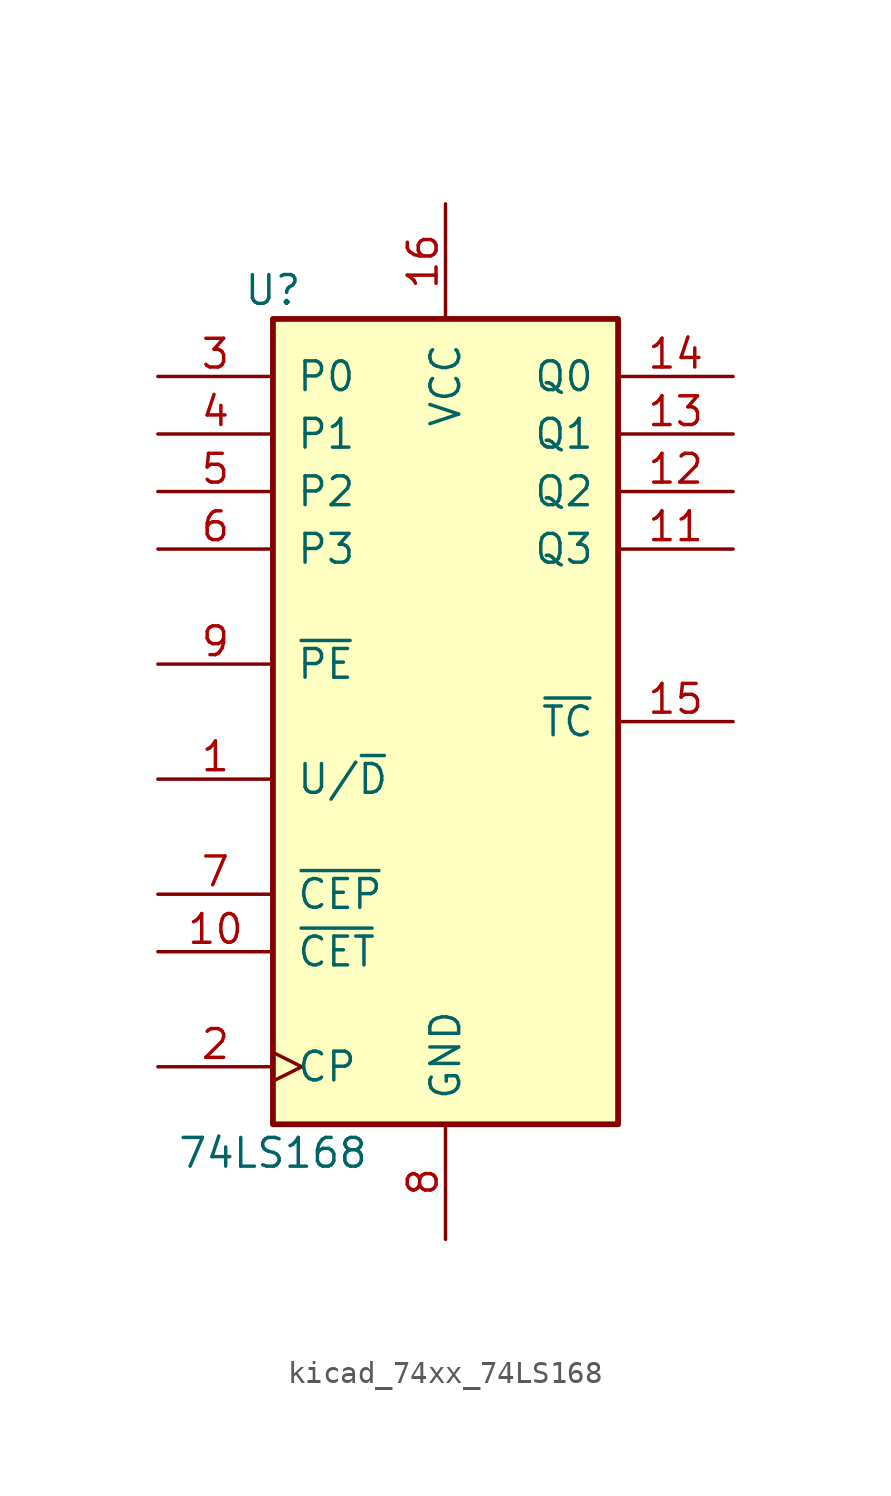
<source format=kicad_sym>
(kicad_symbol_lib
  (version 20220914)
  (generator kicad_symbol_editor)
  (symbol "kicad_74xx_74LS168"
    (pin_names
      (offset 1.016))
    (property "Reference" "U"
      (at -7.62 19.05 0)
      (effects (font (size 1.27 1.27))))
    (property "Value" "74LS168"
      (at -7.62 -19.05 0)
      (effects (font (size 1.27 1.27))))
    (property "ki_locked" ""
      (at 0 0 0)
      (effects (font (size 1.27 1.27))))
    (symbol "kicad_74xx_74LS168_1_0"
      (pin input line (at -12.7 -2.54 0) (length 5.08) (name "U/~{D}" (effects (font (size 1.27 1.27)))) (number "1" (effects (font (size 1.27 1.27)))))
      (pin input line (at -12.7 -10.16 0) (length 5.08) (name "~{CET}" (effects (font (size 1.27 1.27)))) (number "10" (effects (font (size 1.27 1.27)))))
      (pin output line (at 12.7 7.62 180) (length 5.08) (name "Q3" (effects (font (size 1.27 1.27)))) (number "11" (effects (font (size 1.27 1.27)))))
      (pin output line (at 12.7 10.16 180) (length 5.08) (name "Q2" (effects (font (size 1.27 1.27)))) (number "12" (effects (font (size 1.27 1.27)))))
      (pin output line (at 12.7 12.7 180) (length 5.08) (name "Q1" (effects (font (size 1.27 1.27)))) (number "13" (effects (font (size 1.27 1.27)))))
      (pin output line (at 12.7 15.24 180) (length 5.08) (name "Q0" (effects (font (size 1.27 1.27)))) (number "14" (effects (font (size 1.27 1.27)))))
      (pin output line (at 12.7 0 180) (length 5.08) (name "~{TC}" (effects (font (size 1.27 1.27)))) (number "15" (effects (font (size 1.27 1.27)))))
      (pin power_in line (at 0 22.86 270) (length 5.08) (name "VCC" (effects (font (size 1.27 1.27)))) (number "16" (effects (font (size 1.27 1.27)))))
      (pin input clock (at -12.7 -15.24 0) (length 5.08) (name "CP" (effects (font (size 1.27 1.27)))) (number "2" (effects (font (size 1.27 1.27)))))
      (pin input line (at -12.7 15.24 0) (length 5.08) (name "P0" (effects (font (size 1.27 1.27)))) (number "3" (effects (font (size 1.27 1.27)))))
      (pin input line (at -12.7 12.7 0) (length 5.08) (name "P1" (effects (font (size 1.27 1.27)))) (number "4" (effects (font (size 1.27 1.27)))))
      (pin input line (at -12.7 10.16 0) (length 5.08) (name "P2" (effects (font (size 1.27 1.27)))) (number "5" (effects (font (size 1.27 1.27)))))
      (pin input line (at -12.7 7.62 0) (length 5.08) (name "P3" (effects (font (size 1.27 1.27)))) (number "6" (effects (font (size 1.27 1.27)))))
      (pin input line (at -12.7 -7.62 0) (length 5.08) (name "~{CEP}" (effects (font (size 1.27 1.27)))) (number "7" (effects (font (size 1.27 1.27)))))
      (pin power_in line (at 0 -22.86 90) (length 5.08) (name "GND" (effects (font (size 1.27 1.27)))) (number "8" (effects (font (size 1.27 1.27)))))
      (pin input line (at -12.7 2.54 0) (length 5.08) (name "~{PE}" (effects (font (size 1.27 1.27)))) (number "9" (effects (font (size 1.27 1.27))))))
    (symbol "kicad_74xx_74LS168_1_1"
      (rectangle (start -7.62 17.78) (end 7.62 -17.78) (stroke (width 0.254) (type default)) (fill (type background))))))
</source>
